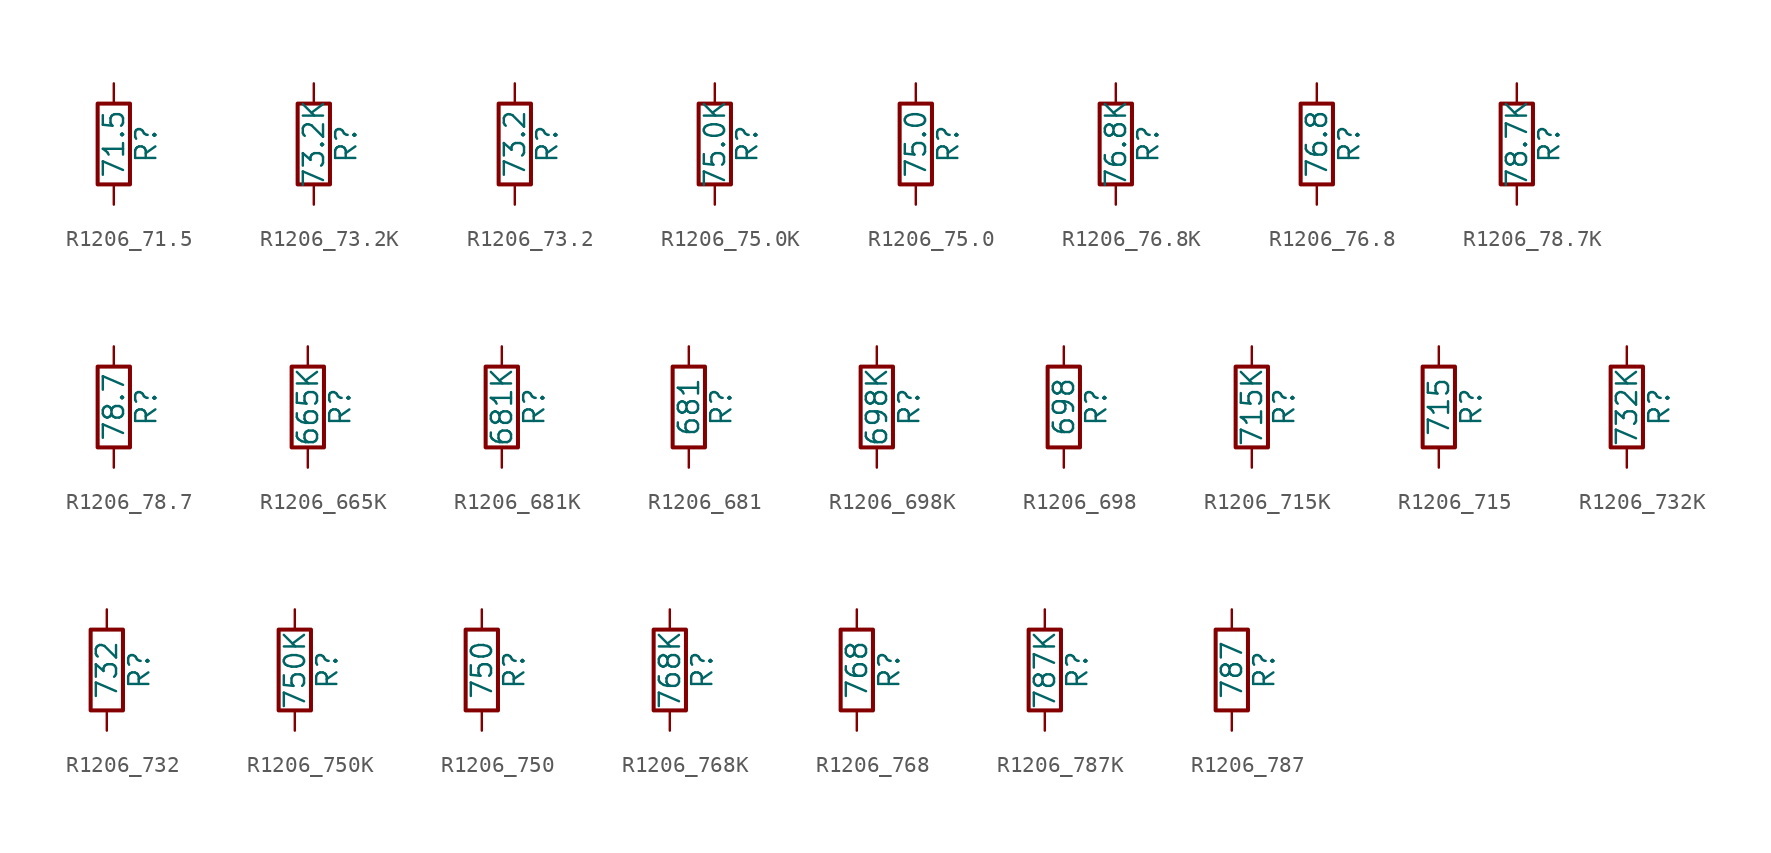
<source format=kicad_sym>
(kicad_symbol_lib
  (version 20211014)
  (generator atlantix-eda)
  (symbol "R1206_71.5"
    (pin_numbers hide)
    (pin_names
      (offset 0))
    (property "Reference" "R"
      (at 2.032 0 90)
      (effects (font (size 1.27 1.27))))
    (property "Value" "71.5"
      (at 0 0 90)
      (effects (font (size 1.27 1.27))))
    (symbol "R1206_71.5_0_1"
      (rectangle (start -1.016 -2.54) (end 1.016 2.54) (stroke (width 0.254) (type default) (color 0 0 0 0)) (fill (type none))))
    (symbol "R1206_71.5_1_1"
      (pin passive line (at 0 3.81 270) (length 1.27) (name "~" (effects (font (size 1.27 1.27)))) (number "1" (effects (font (size 1.27 1.27)))))
      (pin passive line (at 0 -3.81 90) (length 1.27) (name "~" (effects (font (size 1.27 1.27)))) (number "2" (effects (font (size 1.27 1.27)))))))
  (symbol "R1206_73.2K"
    (pin_numbers hide)
    (pin_names
      (offset 0))
    (property "Reference" "R"
      (at 2.032 0 90)
      (effects (font (size 1.27 1.27))))
    (property "Value" "73.2K"
      (at 0 0 90)
      (effects (font (size 1.27 1.27))))
    (symbol "R1206_73.2K_0_1"
      (rectangle (start -1.016 -2.54) (end 1.016 2.54) (stroke (width 0.254) (type default) (color 0 0 0 0)) (fill (type none))))
    (symbol "R1206_73.2K_1_1"
      (pin passive line (at 0 3.81 270) (length 1.27) (name "~" (effects (font (size 1.27 1.27)))) (number "1" (effects (font (size 1.27 1.27)))))
      (pin passive line (at 0 -3.81 90) (length 1.27) (name "~" (effects (font (size 1.27 1.27)))) (number "2" (effects (font (size 1.27 1.27)))))))
  (symbol "R1206_73.2"
    (pin_numbers hide)
    (pin_names
      (offset 0))
    (property "Reference" "R"
      (at 2.032 0 90)
      (effects (font (size 1.27 1.27))))
    (property "Value" "73.2"
      (at 0 0 90)
      (effects (font (size 1.27 1.27))))
    (symbol "R1206_73.2_0_1"
      (rectangle (start -1.016 -2.54) (end 1.016 2.54) (stroke (width 0.254) (type default) (color 0 0 0 0)) (fill (type none))))
    (symbol "R1206_73.2_1_1"
      (pin passive line (at 0 3.81 270) (length 1.27) (name "~" (effects (font (size 1.27 1.27)))) (number "1" (effects (font (size 1.27 1.27)))))
      (pin passive line (at 0 -3.81 90) (length 1.27) (name "~" (effects (font (size 1.27 1.27)))) (number "2" (effects (font (size 1.27 1.27)))))))
  (symbol "R1206_75.0K"
    (pin_numbers hide)
    (pin_names
      (offset 0))
    (property "Reference" "R"
      (at 2.032 0 90)
      (effects (font (size 1.27 1.27))))
    (property "Value" "75.0K"
      (at 0 0 90)
      (effects (font (size 1.27 1.27))))
    (symbol "R1206_75.0K_0_1"
      (rectangle (start -1.016 -2.54) (end 1.016 2.54) (stroke (width 0.254) (type default) (color 0 0 0 0)) (fill (type none))))
    (symbol "R1206_75.0K_1_1"
      (pin passive line (at 0 3.81 270) (length 1.27) (name "~" (effects (font (size 1.27 1.27)))) (number "1" (effects (font (size 1.27 1.27)))))
      (pin passive line (at 0 -3.81 90) (length 1.27) (name "~" (effects (font (size 1.27 1.27)))) (number "2" (effects (font (size 1.27 1.27)))))))
  (symbol "R1206_75.0"
    (pin_numbers hide)
    (pin_names
      (offset 0))
    (property "Reference" "R"
      (at 2.032 0 90)
      (effects (font (size 1.27 1.27))))
    (property "Value" "75.0"
      (at 0 0 90)
      (effects (font (size 1.27 1.27))))
    (symbol "R1206_75.0_0_1"
      (rectangle (start -1.016 -2.54) (end 1.016 2.54) (stroke (width 0.254) (type default) (color 0 0 0 0)) (fill (type none))))
    (symbol "R1206_75.0_1_1"
      (pin passive line (at 0 3.81 270) (length 1.27) (name "~" (effects (font (size 1.27 1.27)))) (number "1" (effects (font (size 1.27 1.27)))))
      (pin passive line (at 0 -3.81 90) (length 1.27) (name "~" (effects (font (size 1.27 1.27)))) (number "2" (effects (font (size 1.27 1.27)))))))
  (symbol "R1206_76.8K"
    (pin_numbers hide)
    (pin_names
      (offset 0))
    (property "Reference" "R"
      (at 2.032 0 90)
      (effects (font (size 1.27 1.27))))
    (property "Value" "76.8K"
      (at 0 0 90)
      (effects (font (size 1.27 1.27))))
    (symbol "R1206_76.8K_0_1"
      (rectangle (start -1.016 -2.54) (end 1.016 2.54) (stroke (width 0.254) (type default) (color 0 0 0 0)) (fill (type none))))
    (symbol "R1206_76.8K_1_1"
      (pin passive line (at 0 3.81 270) (length 1.27) (name "~" (effects (font (size 1.27 1.27)))) (number "1" (effects (font (size 1.27 1.27)))))
      (pin passive line (at 0 -3.81 90) (length 1.27) (name "~" (effects (font (size 1.27 1.27)))) (number "2" (effects (font (size 1.27 1.27)))))))
  (symbol "R1206_76.8"
    (pin_numbers hide)
    (pin_names
      (offset 0))
    (property "Reference" "R"
      (at 2.032 0 90)
      (effects (font (size 1.27 1.27))))
    (property "Value" "76.8"
      (at 0 0 90)
      (effects (font (size 1.27 1.27))))
    (symbol "R1206_76.8_0_1"
      (rectangle (start -1.016 -2.54) (end 1.016 2.54) (stroke (width 0.254) (type default) (color 0 0 0 0)) (fill (type none))))
    (symbol "R1206_76.8_1_1"
      (pin passive line (at 0 3.81 270) (length 1.27) (name "~" (effects (font (size 1.27 1.27)))) (number "1" (effects (font (size 1.27 1.27)))))
      (pin passive line (at 0 -3.81 90) (length 1.27) (name "~" (effects (font (size 1.27 1.27)))) (number "2" (effects (font (size 1.27 1.27)))))))
  (symbol "R1206_78.7K"
    (pin_numbers hide)
    (pin_names
      (offset 0))
    (property "Reference" "R"
      (at 2.032 0 90)
      (effects (font (size 1.27 1.27))))
    (property "Value" "78.7K"
      (at 0 0 90)
      (effects (font (size 1.27 1.27))))
    (symbol "R1206_78.7K_0_1"
      (rectangle (start -1.016 -2.54) (end 1.016 2.54) (stroke (width 0.254) (type default) (color 0 0 0 0)) (fill (type none))))
    (symbol "R1206_78.7K_1_1"
      (pin passive line (at 0 3.81 270) (length 1.27) (name "~" (effects (font (size 1.27 1.27)))) (number "1" (effects (font (size 1.27 1.27)))))
      (pin passive line (at 0 -3.81 90) (length 1.27) (name "~" (effects (font (size 1.27 1.27)))) (number "2" (effects (font (size 1.27 1.27)))))))
  (symbol "R1206_78.7"
    (pin_numbers hide)
    (pin_names
      (offset 0))
    (property "Reference" "R"
      (at 2.032 0 90)
      (effects (font (size 1.27 1.27))))
    (property "Value" "78.7"
      (at 0 0 90)
      (effects (font (size 1.27 1.27))))
    (symbol "R1206_78.7_0_1"
      (rectangle (start -1.016 -2.54) (end 1.016 2.54) (stroke (width 0.254) (type default) (color 0 0 0 0)) (fill (type none))))
    (symbol "R1206_78.7_1_1"
      (pin passive line (at 0 3.81 270) (length 1.27) (name "~" (effects (font (size 1.27 1.27)))) (number "1" (effects (font (size 1.27 1.27)))))
      (pin passive line (at 0 -3.81 90) (length 1.27) (name "~" (effects (font (size 1.27 1.27)))) (number "2" (effects (font (size 1.27 1.27)))))))
  (symbol "R1206_665K"
    (pin_numbers hide)
    (pin_names
      (offset 0))
    (property "Reference" "R"
      (at 2.032 0 90)
      (effects (font (size 1.27 1.27))))
    (property "Value" "665K"
      (at 0 0 90)
      (effects (font (size 1.27 1.27))))
    (symbol "R1206_665K_0_1"
      (rectangle (start -1.016 -2.54) (end 1.016 2.54) (stroke (width 0.254) (type default) (color 0 0 0 0)) (fill (type none))))
    (symbol "R1206_665K_1_1"
      (pin passive line (at 0 3.81 270) (length 1.27) (name "~" (effects (font (size 1.27 1.27)))) (number "1" (effects (font (size 1.27 1.27)))))
      (pin passive line (at 0 -3.81 90) (length 1.27) (name "~" (effects (font (size 1.27 1.27)))) (number "2" (effects (font (size 1.27 1.27)))))))
  (symbol "R1206_681K"
    (pin_numbers hide)
    (pin_names
      (offset 0))
    (property "Reference" "R"
      (at 2.032 0 90)
      (effects (font (size 1.27 1.27))))
    (property "Value" "681K"
      (at 0 0 90)
      (effects (font (size 1.27 1.27))))
    (symbol "R1206_681K_0_1"
      (rectangle (start -1.016 -2.54) (end 1.016 2.54) (stroke (width 0.254) (type default) (color 0 0 0 0)) (fill (type none))))
    (symbol "R1206_681K_1_1"
      (pin passive line (at 0 3.81 270) (length 1.27) (name "~" (effects (font (size 1.27 1.27)))) (number "1" (effects (font (size 1.27 1.27)))))
      (pin passive line (at 0 -3.81 90) (length 1.27) (name "~" (effects (font (size 1.27 1.27)))) (number "2" (effects (font (size 1.27 1.27)))))))
  (symbol "R1206_681"
    (pin_numbers hide)
    (pin_names
      (offset 0))
    (property "Reference" "R"
      (at 2.032 0 90)
      (effects (font (size 1.27 1.27))))
    (property "Value" "681"
      (at 0 0 90)
      (effects (font (size 1.27 1.27))))
    (symbol "R1206_681_0_1"
      (rectangle (start -1.016 -2.54) (end 1.016 2.54) (stroke (width 0.254) (type default) (color 0 0 0 0)) (fill (type none))))
    (symbol "R1206_681_1_1"
      (pin passive line (at 0 3.81 270) (length 1.27) (name "~" (effects (font (size 1.27 1.27)))) (number "1" (effects (font (size 1.27 1.27)))))
      (pin passive line (at 0 -3.81 90) (length 1.27) (name "~" (effects (font (size 1.27 1.27)))) (number "2" (effects (font (size 1.27 1.27)))))))
  (symbol "R1206_698K"
    (pin_numbers hide)
    (pin_names
      (offset 0))
    (property "Reference" "R"
      (at 2.032 0 90)
      (effects (font (size 1.27 1.27))))
    (property "Value" "698K"
      (at 0 0 90)
      (effects (font (size 1.27 1.27))))
    (symbol "R1206_698K_0_1"
      (rectangle (start -1.016 -2.54) (end 1.016 2.54) (stroke (width 0.254) (type default) (color 0 0 0 0)) (fill (type none))))
    (symbol "R1206_698K_1_1"
      (pin passive line (at 0 3.81 270) (length 1.27) (name "~" (effects (font (size 1.27 1.27)))) (number "1" (effects (font (size 1.27 1.27)))))
      (pin passive line (at 0 -3.81 90) (length 1.27) (name "~" (effects (font (size 1.27 1.27)))) (number "2" (effects (font (size 1.27 1.27)))))))
  (symbol "R1206_698"
    (pin_numbers hide)
    (pin_names
      (offset 0))
    (property "Reference" "R"
      (at 2.032 0 90)
      (effects (font (size 1.27 1.27))))
    (property "Value" "698"
      (at 0 0 90)
      (effects (font (size 1.27 1.27))))
    (symbol "R1206_698_0_1"
      (rectangle (start -1.016 -2.54) (end 1.016 2.54) (stroke (width 0.254) (type default) (color 0 0 0 0)) (fill (type none))))
    (symbol "R1206_698_1_1"
      (pin passive line (at 0 3.81 270) (length 1.27) (name "~" (effects (font (size 1.27 1.27)))) (number "1" (effects (font (size 1.27 1.27)))))
      (pin passive line (at 0 -3.81 90) (length 1.27) (name "~" (effects (font (size 1.27 1.27)))) (number "2" (effects (font (size 1.27 1.27)))))))
  (symbol "R1206_715K"
    (pin_numbers hide)
    (pin_names
      (offset 0))
    (property "Reference" "R"
      (at 2.032 0 90)
      (effects (font (size 1.27 1.27))))
    (property "Value" "715K"
      (at 0 0 90)
      (effects (font (size 1.27 1.27))))
    (symbol "R1206_715K_0_1"
      (rectangle (start -1.016 -2.54) (end 1.016 2.54) (stroke (width 0.254) (type default) (color 0 0 0 0)) (fill (type none))))
    (symbol "R1206_715K_1_1"
      (pin passive line (at 0 3.81 270) (length 1.27) (name "~" (effects (font (size 1.27 1.27)))) (number "1" (effects (font (size 1.27 1.27)))))
      (pin passive line (at 0 -3.81 90) (length 1.27) (name "~" (effects (font (size 1.27 1.27)))) (number "2" (effects (font (size 1.27 1.27)))))))
  (symbol "R1206_715"
    (pin_numbers hide)
    (pin_names
      (offset 0))
    (property "Reference" "R"
      (at 2.032 0 90)
      (effects (font (size 1.27 1.27))))
    (property "Value" "715"
      (at 0 0 90)
      (effects (font (size 1.27 1.27))))
    (symbol "R1206_715_0_1"
      (rectangle (start -1.016 -2.54) (end 1.016 2.54) (stroke (width 0.254) (type default) (color 0 0 0 0)) (fill (type none))))
    (symbol "R1206_715_1_1"
      (pin passive line (at 0 3.81 270) (length 1.27) (name "~" (effects (font (size 1.27 1.27)))) (number "1" (effects (font (size 1.27 1.27)))))
      (pin passive line (at 0 -3.81 90) (length 1.27) (name "~" (effects (font (size 1.27 1.27)))) (number "2" (effects (font (size 1.27 1.27)))))))
  (symbol "R1206_732K"
    (pin_numbers hide)
    (pin_names
      (offset 0))
    (property "Reference" "R"
      (at 2.032 0 90)
      (effects (font (size 1.27 1.27))))
    (property "Value" "732K"
      (at 0 0 90)
      (effects (font (size 1.27 1.27))))
    (symbol "R1206_732K_0_1"
      (rectangle (start -1.016 -2.54) (end 1.016 2.54) (stroke (width 0.254) (type default) (color 0 0 0 0)) (fill (type none))))
    (symbol "R1206_732K_1_1"
      (pin passive line (at 0 3.81 270) (length 1.27) (name "~" (effects (font (size 1.27 1.27)))) (number "1" (effects (font (size 1.27 1.27)))))
      (pin passive line (at 0 -3.81 90) (length 1.27) (name "~" (effects (font (size 1.27 1.27)))) (number "2" (effects (font (size 1.27 1.27)))))))
  (symbol "R1206_732"
    (pin_numbers hide)
    (pin_names
      (offset 0))
    (property "Reference" "R"
      (at 2.032 0 90)
      (effects (font (size 1.27 1.27))))
    (property "Value" "732"
      (at 0 0 90)
      (effects (font (size 1.27 1.27))))
    (symbol "R1206_732_0_1"
      (rectangle (start -1.016 -2.54) (end 1.016 2.54) (stroke (width 0.254) (type default) (color 0 0 0 0)) (fill (type none))))
    (symbol "R1206_732_1_1"
      (pin passive line (at 0 3.81 270) (length 1.27) (name "~" (effects (font (size 1.27 1.27)))) (number "1" (effects (font (size 1.27 1.27)))))
      (pin passive line (at 0 -3.81 90) (length 1.27) (name "~" (effects (font (size 1.27 1.27)))) (number "2" (effects (font (size 1.27 1.27)))))))
  (symbol "R1206_750K"
    (pin_numbers hide)
    (pin_names
      (offset 0))
    (property "Reference" "R"
      (at 2.032 0 90)
      (effects (font (size 1.27 1.27))))
    (property "Value" "750K"
      (at 0 0 90)
      (effects (font (size 1.27 1.27))))
    (symbol "R1206_750K_0_1"
      (rectangle (start -1.016 -2.54) (end 1.016 2.54) (stroke (width 0.254) (type default) (color 0 0 0 0)) (fill (type none))))
    (symbol "R1206_750K_1_1"
      (pin passive line (at 0 3.81 270) (length 1.27) (name "~" (effects (font (size 1.27 1.27)))) (number "1" (effects (font (size 1.27 1.27)))))
      (pin passive line (at 0 -3.81 90) (length 1.27) (name "~" (effects (font (size 1.27 1.27)))) (number "2" (effects (font (size 1.27 1.27)))))))
  (symbol "R1206_750"
    (pin_numbers hide)
    (pin_names
      (offset 0))
    (property "Reference" "R"
      (at 2.032 0 90)
      (effects (font (size 1.27 1.27))))
    (property "Value" "750"
      (at 0 0 90)
      (effects (font (size 1.27 1.27))))
    (symbol "R1206_750_0_1"
      (rectangle (start -1.016 -2.54) (end 1.016 2.54) (stroke (width 0.254) (type default) (color 0 0 0 0)) (fill (type none))))
    (symbol "R1206_750_1_1"
      (pin passive line (at 0 3.81 270) (length 1.27) (name "~" (effects (font (size 1.27 1.27)))) (number "1" (effects (font (size 1.27 1.27)))))
      (pin passive line (at 0 -3.81 90) (length 1.27) (name "~" (effects (font (size 1.27 1.27)))) (number "2" (effects (font (size 1.27 1.27)))))))
  (symbol "R1206_768K"
    (pin_numbers hide)
    (pin_names
      (offset 0))
    (property "Reference" "R"
      (at 2.032 0 90)
      (effects (font (size 1.27 1.27))))
    (property "Value" "768K"
      (at 0 0 90)
      (effects (font (size 1.27 1.27))))
    (symbol "R1206_768K_0_1"
      (rectangle (start -1.016 -2.54) (end 1.016 2.54) (stroke (width 0.254) (type default) (color 0 0 0 0)) (fill (type none))))
    (symbol "R1206_768K_1_1"
      (pin passive line (at 0 3.81 270) (length 1.27) (name "~" (effects (font (size 1.27 1.27)))) (number "1" (effects (font (size 1.27 1.27)))))
      (pin passive line (at 0 -3.81 90) (length 1.27) (name "~" (effects (font (size 1.27 1.27)))) (number "2" (effects (font (size 1.27 1.27)))))))
  (symbol "R1206_768"
    (pin_numbers hide)
    (pin_names
      (offset 0))
    (property "Reference" "R"
      (at 2.032 0 90)
      (effects (font (size 1.27 1.27))))
    (property "Value" "768"
      (at 0 0 90)
      (effects (font (size 1.27 1.27))))
    (symbol "R1206_768_0_1"
      (rectangle (start -1.016 -2.54) (end 1.016 2.54) (stroke (width 0.254) (type default) (color 0 0 0 0)) (fill (type none))))
    (symbol "R1206_768_1_1"
      (pin passive line (at 0 3.81 270) (length 1.27) (name "~" (effects (font (size 1.27 1.27)))) (number "1" (effects (font (size 1.27 1.27)))))
      (pin passive line (at 0 -3.81 90) (length 1.27) (name "~" (effects (font (size 1.27 1.27)))) (number "2" (effects (font (size 1.27 1.27)))))))
  (symbol "R1206_787K"
    (pin_numbers hide)
    (pin_names
      (offset 0))
    (property "Reference" "R"
      (at 2.032 0 90)
      (effects (font (size 1.27 1.27))))
    (property "Value" "787K"
      (at 0 0 90)
      (effects (font (size 1.27 1.27))))
    (symbol "R1206_787K_0_1"
      (rectangle (start -1.016 -2.54) (end 1.016 2.54) (stroke (width 0.254) (type default) (color 0 0 0 0)) (fill (type none))))
    (symbol "R1206_787K_1_1"
      (pin passive line (at 0 3.81 270) (length 1.27) (name "~" (effects (font (size 1.27 1.27)))) (number "1" (effects (font (size 1.27 1.27)))))
      (pin passive line (at 0 -3.81 90) (length 1.27) (name "~" (effects (font (size 1.27 1.27)))) (number "2" (effects (font (size 1.27 1.27)))))))
  (symbol "R1206_787"
    (pin_numbers hide)
    (pin_names
      (offset 0))
    (property "Reference" "R"
      (at 2.032 0 90)
      (effects (font (size 1.27 1.27))))
    (property "Value" "787"
      (at 0 0 90)
      (effects (font (size 1.27 1.27))))
    (symbol "R1206_787_0_1"
      (rectangle (start -1.016 -2.54) (end 1.016 2.54) (stroke (width 0.254) (type default) (color 0 0 0 0)) (fill (type none))))
    (symbol "R1206_787_1_1"
      (pin passive line (at 0 3.81 270) (length 1.27) (name "~" (effects (font (size 1.27 1.27)))) (number "1" (effects (font (size 1.27 1.27)))))
      (pin passive line (at 0 -3.81 90) (length 1.27) (name "~" (effects (font (size 1.27 1.27)))) (number "2" (effects (font (size 1.27 1.27))))))))
</source>
